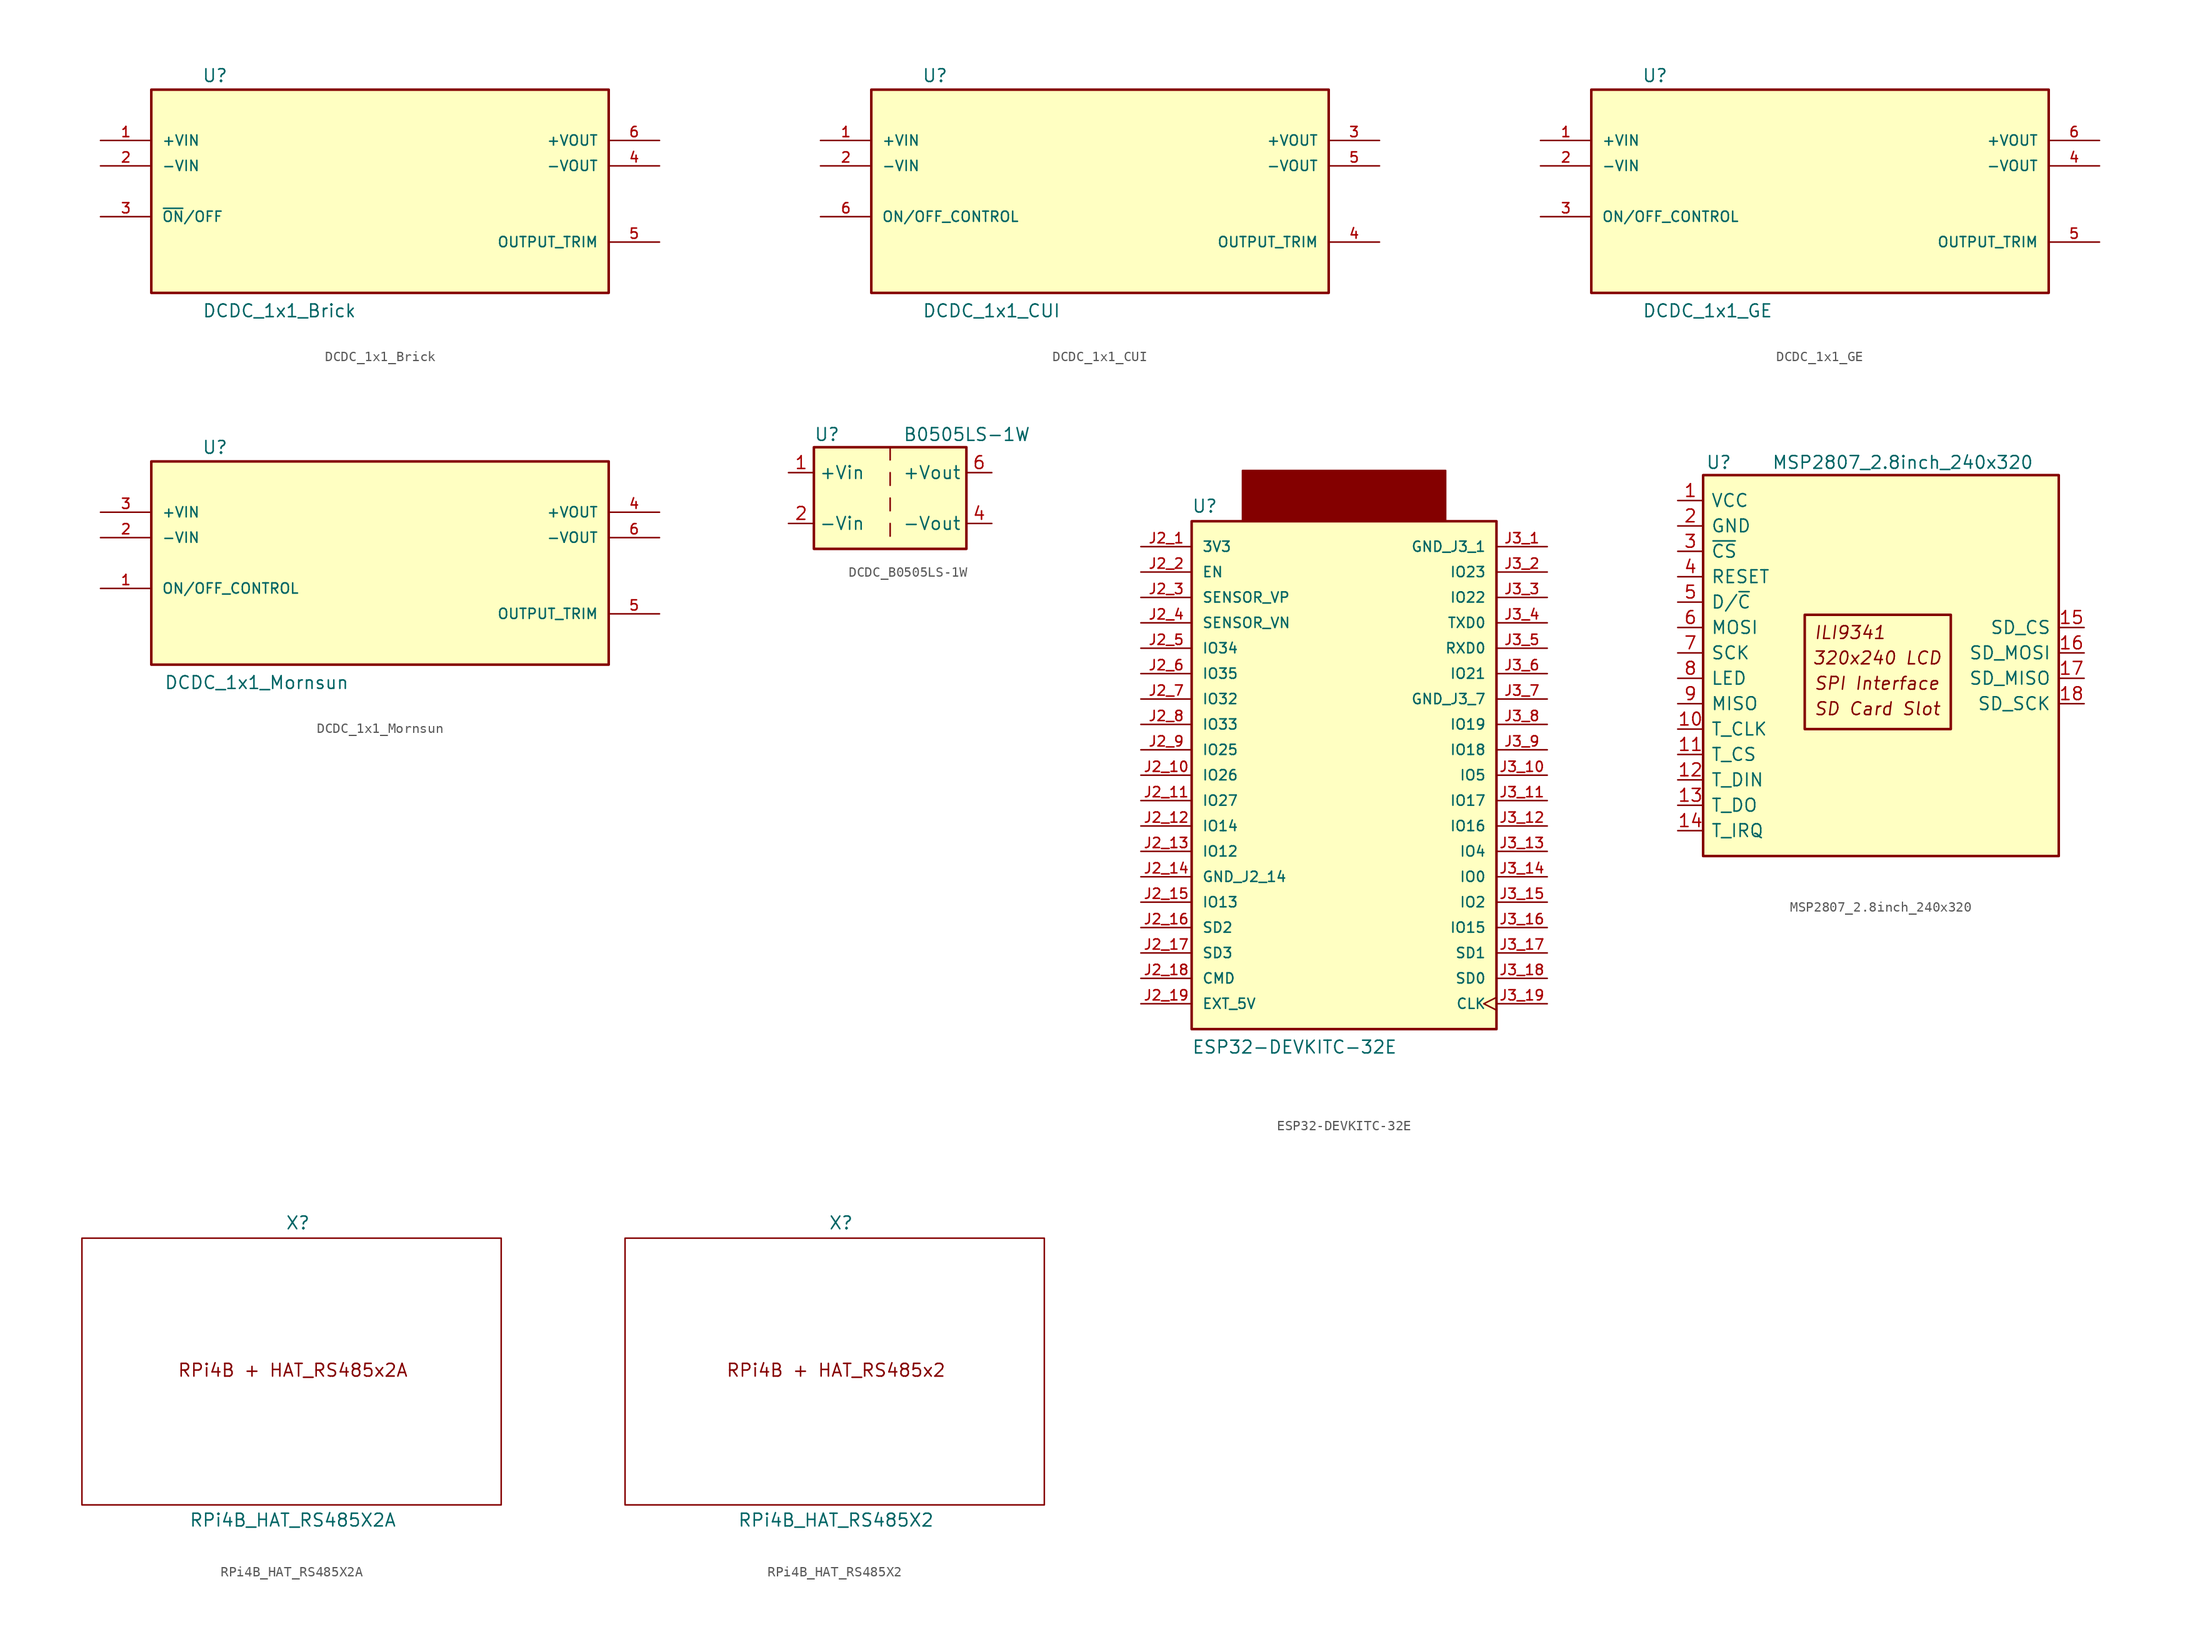
<source format=kicad_sym>
(kicad_symbol_lib
  (version 20241209)
  (generator "kicad_symbol_editor")
  (generator_version "9.0")
  (symbol "DCDC_1x1_Brick"
    (pin_names
      (offset 1.016))
    (property "Reference" "U"
      (at -17.805 10.82 0)
      (effects (font (size 1.27 1.27)) (justify left bottom)))
    (property "Value" "DCDC_1x1_Brick"
      (at -17.78 -12.7 0)
      (effects (font (size 1.27 1.27)) (justify left bottom)))
    (symbol "DCDC_1x1_Brick_0_0"
      (rectangle (start -22.86 -10.16) (end 22.86 10.16) (stroke (width 0.254) (type default)) (fill (type background)))
      (pin input line (at -27.94 5.08 0) (length 5.08) (name "+VIN" (effects (font (size 1.016 1.016)))) (number "1" (effects (font (size 1.016 1.016)))))
      (pin input line (at -27.94 2.54 0) (length 5.08) (name "-VIN" (effects (font (size 1.016 1.016)))) (number "2" (effects (font (size 1.016 1.016)))))
      (pin output line (at 27.94 5.08 180) (length 5.08) (name "+VOUT" (effects (font (size 1.016 1.016)))) (number "6" (effects (font (size 1.016 1.016)))))
      (pin output line (at 27.94 2.54 180) (length 5.08) (name "-VOUT" (effects (font (size 1.016 1.016)))) (number "4" (effects (font (size 1.016 1.016)))))
      (pin output line (at 27.94 -5.08 180) (length 5.08) (name "OUTPUT_TRIM" (effects (font (size 1.016 1.016)))) (number "5" (effects (font (size 1.016 1.016))))))
    (symbol "DCDC_1x1_Brick_1_0"
      (pin passive line (at -27.94 -2.54 0) (length 5.08) (name "~{ON}/OFF" (effects (font (size 1.016 1.016)))) (number "3" (effects (font (size 1.016 1.016)))))))
  (symbol "DCDC_1x1_CUI"
    (pin_names
      (offset 1.016))
    (property "Reference" "U"
      (at -17.805 10.82 0)
      (effects (font (size 1.27 1.27)) (justify left bottom)))
    (property "Value" "DCDC_1x1_CUI"
      (at -17.78 -12.7 0)
      (effects (font (size 1.27 1.27)) (justify left bottom)))
    (symbol "DCDC_1x1_CUI_0_0"
      (rectangle (start -22.86 -10.16) (end 22.86 10.16) (stroke (width 0.254) (type default)) (fill (type background)))
      (pin input line (at -27.94 5.08 0) (length 5.08) (name "+VIN" (effects (font (size 1.016 1.016)))) (number "1" (effects (font (size 1.016 1.016)))))
      (pin input line (at -27.94 2.54 0) (length 5.08) (name "-VIN" (effects (font (size 1.016 1.016)))) (number "2" (effects (font (size 1.016 1.016)))))
      (pin passive line (at -27.94 -2.54 0) (length 5.08) (name "ON/OFF_CONTROL" (effects (font (size 1.016 1.016)))) (number "6" (effects (font (size 1.016 1.016)))))
      (pin output line (at 27.94 5.08 180) (length 5.08) (name "+VOUT" (effects (font (size 1.016 1.016)))) (number "3" (effects (font (size 1.016 1.016)))))
      (pin output line (at 27.94 2.54 180) (length 5.08) (name "-VOUT" (effects (font (size 1.016 1.016)))) (number "5" (effects (font (size 1.016 1.016)))))
      (pin output line (at 27.94 -5.08 180) (length 5.08) (name "OUTPUT_TRIM" (effects (font (size 1.016 1.016)))) (number "4" (effects (font (size 1.016 1.016)))))))
  (symbol "DCDC_1x1_GE"
    (pin_names
      (offset 1.016))
    (property "Reference" "U"
      (at -17.805 10.82 0)
      (effects (font (size 1.27 1.27)) (justify left bottom)))
    (property "Value" "DCDC_1x1_GE"
      (at -17.78 -12.7 0)
      (effects (font (size 1.27 1.27)) (justify left bottom)))
    (symbol "DCDC_1x1_GE_0_0"
      (rectangle (start -22.86 -10.16) (end 22.86 10.16) (stroke (width 0.254) (type default)) (fill (type background)))
      (pin input line (at -27.94 5.08 0) (length 5.08) (name "+VIN" (effects (font (size 1.016 1.016)))) (number "1" (effects (font (size 1.016 1.016)))))
      (pin input line (at -27.94 2.54 0) (length 5.08) (name "-VIN" (effects (font (size 1.016 1.016)))) (number "2" (effects (font (size 1.016 1.016)))))
      (pin passive line (at -27.94 -2.54 0) (length 5.08) (name "ON/OFF_CONTROL" (effects (font (size 1.016 1.016)))) (number "3" (effects (font (size 1.016 1.016)))))
      (pin output line (at 27.94 5.08 180) (length 5.08) (name "+VOUT" (effects (font (size 1.016 1.016)))) (number "6" (effects (font (size 1.016 1.016)))))
      (pin output line (at 27.94 2.54 180) (length 5.08) (name "-VOUT" (effects (font (size 1.016 1.016)))) (number "4" (effects (font (size 1.016 1.016)))))
      (pin output line (at 27.94 -5.08 180) (length 5.08) (name "OUTPUT_TRIM" (effects (font (size 1.016 1.016)))) (number "5" (effects (font (size 1.016 1.016)))))))
  (symbol "DCDC_1x1_Mornsun"
    (pin_names
      (offset 1.016))
    (property "Reference" "U"
      (at -17.805 10.82 0)
      (effects (font (size 1.27 1.27)) (justify left bottom)))
    (property "Value" "DCDC_1x1_Mornsun"
      (at -21.59 -12.7 0)
      (effects (font (size 1.27 1.27)) (justify left bottom)))
    (symbol "DCDC_1x1_Mornsun_0_0"
      (rectangle (start -22.86 -10.16) (end 22.86 10.16) (stroke (width 0.254) (type default)) (fill (type background)))
      (pin passive line (at -27.94 5.08 0) (length 5.08) (name "+VIN" (effects (font (size 1.016 1.016)))) (number "3" (effects (font (size 1.016 1.016)))))
      (pin passive line (at -27.94 2.54 0) (length 5.08) (name "-VIN" (effects (font (size 1.016 1.016)))) (number "2" (effects (font (size 1.016 1.016)))))
      (pin passive line (at -27.94 -2.54 0) (length 5.08) (name "ON/OFF_CONTROL" (effects (font (size 1.016 1.016)))) (number "1" (effects (font (size 1.016 1.016)))))
      (pin passive line (at 27.94 5.08 180) (length 5.08) (name "+VOUT" (effects (font (size 1.016 1.016)))) (number "4" (effects (font (size 1.016 1.016)))))
      (pin passive line (at 27.94 2.54 180) (length 5.08) (name "-VOUT" (effects (font (size 1.016 1.016)))) (number "6" (effects (font (size 1.016 1.016)))))
      (pin output line (at 27.94 -5.08 180) (length 5.08) (name "OUTPUT_TRIM" (effects (font (size 1.016 1.016)))) (number "5" (effects (font (size 1.016 1.016)))))))
  (symbol "DCDC_B0505LS-1W"
    (property "Reference" "U"
      (at -7.62 6.35 0)
      (effects (font (size 1.27 1.27)) (justify left)))
    (property "Value" "B0505LS-1W"
      (at 1.27 6.35 0)
      (effects (font (size 1.27 1.27)) (justify left)))
    (symbol "DCDC_B0505LS-1W_0_0"
      (pin power_in line (at -10.16 2.54 0) (length 2.54) (name "+Vin" (effects (font (size 1.27 1.27)))) (number "1" (effects (font (size 1.27 1.27)))))
      (pin power_in line (at -10.16 -2.54 0) (length 2.54) (name "-Vin" (effects (font (size 1.27 1.27)))) (number "2" (effects (font (size 1.27 1.27)))))
      (pin power_out line (at 10.16 2.54 180) (length 2.54) (name "+Vout" (effects (font (size 1.27 1.27)))) (number "6" (effects (font (size 1.27 1.27)))))
      (pin power_out line (at 10.16 -2.54 180) (length 2.54) (name "-Vout" (effects (font (size 1.27 1.27)))) (number "4" (effects (font (size 1.27 1.27))))))
    (symbol "DCDC_B0505LS-1W_0_1"
      (rectangle (start -7.62 5.08) (end 7.62 -5.08) (stroke (width 0.254) (type default)) (fill (type background)))
      (polyline (pts (xy 0 5.08) (xy 0 3.81)) (stroke (width 0) (type default)) (fill (type none)))
      (polyline (pts (xy 0 2.54) (xy 0 1.27)) (stroke (width 0) (type default)) (fill (type none)))
      (polyline (pts (xy 0 0) (xy 0 -1.27)) (stroke (width 0) (type default)) (fill (type none)))
      (polyline (pts (xy 0 -2.54) (xy 0 -3.81)) (stroke (width 0) (type default)) (fill (type none)))))
  (symbol "ESP32-DEVKITC-32E"
    (pin_names
      (offset 1.016))
    (property "Reference" "U"
      (at -15.24 26.162 0)
      (effects (font (size 1.27 1.27)) (justify left bottom)))
    (property "Value" "ESP32-DEVKITC-32E"
      (at -15.24 -27.94 0)
      (effects (font (size 1.27 1.27)) (justify left bottom)))
    (symbol "ESP32-DEVKITC-32E_0_0"
      (rectangle (start -15.24 -25.4) (end 15.24 25.4) (stroke (width 0.254) (type default)) (fill (type background)))
      (pin power_in line (at -20.32 22.86 0) (length 5.08) (name "3V3" (effects (font (size 1.016 1.016)))) (number "J2_1" (effects (font (size 1.016 1.016)))))
      (pin input line (at -20.32 20.32 0) (length 5.08) (name "EN" (effects (font (size 1.016 1.016)))) (number "J2_2" (effects (font (size 1.016 1.016)))))
      (pin bidirectional line (at -20.32 17.78 0) (length 5.08) (name "SENSOR_VP" (effects (font (size 1.016 1.016)))) (number "J2_3" (effects (font (size 1.016 1.016)))))
      (pin bidirectional line (at -20.32 15.24 0) (length 5.08) (name "SENSOR_VN" (effects (font (size 1.016 1.016)))) (number "J2_4" (effects (font (size 1.016 1.016)))))
      (pin bidirectional line (at -20.32 12.7 0) (length 5.08) (name "IO34" (effects (font (size 1.016 1.016)))) (number "J2_5" (effects (font (size 1.016 1.016)))))
      (pin bidirectional line (at -20.32 10.16 0) (length 5.08) (name "IO35" (effects (font (size 1.016 1.016)))) (number "J2_6" (effects (font (size 1.016 1.016)))))
      (pin bidirectional line (at -20.32 7.62 0) (length 5.08) (name "IO32" (effects (font (size 1.016 1.016)))) (number "J2_7" (effects (font (size 1.016 1.016)))))
      (pin bidirectional line (at -20.32 5.08 0) (length 5.08) (name "IO33" (effects (font (size 1.016 1.016)))) (number "J2_8" (effects (font (size 1.016 1.016)))))
      (pin bidirectional line (at -20.32 2.54 0) (length 5.08) (name "IO25" (effects (font (size 1.016 1.016)))) (number "J2_9" (effects (font (size 1.016 1.016)))))
      (pin bidirectional line (at -20.32 0 0) (length 5.08) (name "IO26" (effects (font (size 1.016 1.016)))) (number "J2_10" (effects (font (size 1.016 1.016)))))
      (pin bidirectional line (at -20.32 -2.54 0) (length 5.08) (name "IO27" (effects (font (size 1.016 1.016)))) (number "J2_11" (effects (font (size 1.016 1.016)))))
      (pin bidirectional line (at -20.32 -5.08 0) (length 5.08) (name "IO14" (effects (font (size 1.016 1.016)))) (number "J2_12" (effects (font (size 1.016 1.016)))))
      (pin bidirectional line (at -20.32 -7.62 0) (length 5.08) (name "IO12" (effects (font (size 1.016 1.016)))) (number "J2_13" (effects (font (size 1.016 1.016)))))
      (pin power_in line (at -20.32 -10.16 0) (length 5.08) (name "GND_J2_14" (effects (font (size 1.016 1.016)))) (number "J2_14" (effects (font (size 1.016 1.016)))))
      (pin bidirectional line (at -20.32 -12.7 0) (length 5.08) (name "IO13" (effects (font (size 1.016 1.016)))) (number "J2_15" (effects (font (size 1.016 1.016)))))
      (pin bidirectional line (at -20.32 -15.24 0) (length 5.08) (name "SD2" (effects (font (size 1.016 1.016)))) (number "J2_16" (effects (font (size 1.016 1.016)))))
      (pin bidirectional line (at -20.32 -17.78 0) (length 5.08) (name "SD3" (effects (font (size 1.016 1.016)))) (number "J2_17" (effects (font (size 1.016 1.016)))))
      (pin bidirectional line (at -20.32 -20.32 0) (length 5.08) (name "CMD" (effects (font (size 1.016 1.016)))) (number "J2_18" (effects (font (size 1.016 1.016)))))
      (pin power_in line (at -20.32 -22.86 0) (length 5.08) (name "EXT_5V" (effects (font (size 1.016 1.016)))) (number "J2_19" (effects (font (size 1.016 1.016)))))
      (pin power_in line (at 20.32 22.86 180) (length 5.08) (name "GND_J3_1" (effects (font (size 1.016 1.016)))) (number "J3_1" (effects (font (size 1.016 1.016)))))
      (pin bidirectional line (at 20.32 20.32 180) (length 5.08) (name "IO23" (effects (font (size 1.016 1.016)))) (number "J3_2" (effects (font (size 1.016 1.016)))))
      (pin bidirectional line (at 20.32 17.78 180) (length 5.08) (name "IO22" (effects (font (size 1.016 1.016)))) (number "J3_3" (effects (font (size 1.016 1.016)))))
      (pin bidirectional line (at 20.32 15.24 180) (length 5.08) (name "TXD0" (effects (font (size 1.016 1.016)))) (number "J3_4" (effects (font (size 1.016 1.016)))))
      (pin bidirectional line (at 20.32 12.7 180) (length 5.08) (name "RXD0" (effects (font (size 1.016 1.016)))) (number "J3_5" (effects (font (size 1.016 1.016)))))
      (pin bidirectional line (at 20.32 10.16 180) (length 5.08) (name "IO21" (effects (font (size 1.016 1.016)))) (number "J3_6" (effects (font (size 1.016 1.016)))))
      (pin power_in line (at 20.32 7.62 180) (length 5.08) (name "GND_J3_7" (effects (font (size 1.016 1.016)))) (number "J3_7" (effects (font (size 1.016 1.016)))))
      (pin bidirectional line (at 20.32 5.08 180) (length 5.08) (name "IO19" (effects (font (size 1.016 1.016)))) (number "J3_8" (effects (font (size 1.016 1.016)))))
      (pin bidirectional line (at 20.32 2.54 180) (length 5.08) (name "IO18" (effects (font (size 1.016 1.016)))) (number "J3_9" (effects (font (size 1.016 1.016)))))
      (pin bidirectional line (at 20.32 0 180) (length 5.08) (name "IO5" (effects (font (size 1.016 1.016)))) (number "J3_10" (effects (font (size 1.016 1.016)))))
      (pin bidirectional line (at 20.32 -2.54 180) (length 5.08) (name "IO17" (effects (font (size 1.016 1.016)))) (number "J3_11" (effects (font (size 1.016 1.016)))))
      (pin bidirectional line (at 20.32 -5.08 180) (length 5.08) (name "IO16" (effects (font (size 1.016 1.016)))) (number "J3_12" (effects (font (size 1.016 1.016)))))
      (pin bidirectional line (at 20.32 -7.62 180) (length 5.08) (name "IO4" (effects (font (size 1.016 1.016)))) (number "J3_13" (effects (font (size 1.016 1.016)))))
      (pin bidirectional line (at 20.32 -10.16 180) (length 5.08) (name "IO0" (effects (font (size 1.016 1.016)))) (number "J3_14" (effects (font (size 1.016 1.016)))))
      (pin bidirectional line (at 20.32 -12.7 180) (length 5.08) (name "IO2" (effects (font (size 1.016 1.016)))) (number "J3_15" (effects (font (size 1.016 1.016)))))
      (pin bidirectional line (at 20.32 -15.24 180) (length 5.08) (name "IO15" (effects (font (size 1.016 1.016)))) (number "J3_16" (effects (font (size 1.016 1.016)))))
      (pin bidirectional line (at 20.32 -17.78 180) (length 5.08) (name "SD1" (effects (font (size 1.016 1.016)))) (number "J3_17" (effects (font (size 1.016 1.016)))))
      (pin bidirectional line (at 20.32 -20.32 180) (length 5.08) (name "SD0" (effects (font (size 1.016 1.016)))) (number "J3_18" (effects (font (size 1.016 1.016)))))
      (pin bidirectional clock (at 20.32 -22.86 180) (length 5.08) (name "CLK" (effects (font (size 1.016 1.016)))) (number "J3_19" (effects (font (size 1.016 1.016))))))
    (symbol "ESP32-DEVKITC-32E_1_1"
      (polyline (pts (xy -10.16 25.4) (xy -10.16 30.48) (xy 10.16 30.48) (xy 10.16 25.4)) (stroke (width 0) (type default)) (fill (type outline)))))
  (symbol "MSP2807_2.8inch_240x320"
    (pin_names
      (offset 0.762))
    (property "Reference" "U"
      (at -17.526 13.97 0)
      (effects (font (size 1.27 1.27)) (justify left)))
    (property "Value" "MSP2807_2.8inch_240x320"
      (at -10.922 13.97 0)
      (effects (font (size 1.27 1.27)) (justify left)))
    (symbol "MSP2807_2.8inch_240x320_0_0"
      (text "ILI9341" (at -6.731 -3.048 0) (effects (font (size 1.27 1.27) (italic yes)) (justify left)))
      (text "SPI Interface" (at -6.731 -8.128 0) (effects (font (size 1.27 1.27) (italic yes)) (justify left)))
      (text "SD Card Slot" (at -6.731 -10.668 0) (effects (font (size 1.27 1.27) (italic yes)) (justify left)))
      (text "320x240 LCD" (at -0.381 -5.588 0) (effects (font (size 1.27 1.27) (italic yes)))))
    (symbol "MSP2807_2.8inch_240x320_0_1"
      (rectangle (start -17.78 12.7) (end 17.78 -25.4) (stroke (width 0.254) (type default)) (fill (type background)))
      (rectangle (start -7.62 -1.27) (end 6.985 -12.7) (stroke (width 0.254) (type default)) (fill (type none))))
    (symbol "MSP2807_2.8inch_240x320_1_1"
      (pin power_in line (at -20.32 10.16 0) (length 2.54) (name "VCC" (effects (font (size 1.27 1.27)))) (number "1" (effects (font (size 1.27 1.27)))))
      (pin power_in line (at -20.32 7.62 0) (length 2.54) (name "GND" (effects (font (size 1.27 1.27)))) (number "2" (effects (font (size 1.27 1.27)))))
      (pin input line (at -20.32 5.08 0) (length 2.54) (name "~{CS}" (effects (font (size 1.27 1.27)))) (number "3" (effects (font (size 1.27 1.27)))))
      (pin input line (at -20.32 2.54 0) (length 2.54) (name "RESET" (effects (font (size 1.27 1.27)))) (number "4" (effects (font (size 1.27 1.27)))))
      (pin input line (at -20.32 0 0) (length 2.54) (name "D/~{C}" (effects (font (size 1.27 1.27)))) (number "5" (effects (font (size 1.27 1.27)))))
      (pin input line (at -20.32 -2.54 0) (length 2.54) (name "MOSI" (effects (font (size 1.27 1.27)))) (number "6" (effects (font (size 1.27 1.27)))))
      (pin input line (at -20.32 -5.08 0) (length 2.54) (name "SCK" (effects (font (size 1.27 1.27)))) (number "7" (effects (font (size 1.27 1.27)))))
      (pin input line (at -20.32 -7.62 0) (length 2.54) (name "LED" (effects (font (size 1.27 1.27)))) (number "8" (effects (font (size 1.27 1.27)))))
      (pin tri_state line (at -20.32 -10.16 0) (length 2.54) (name "MISO" (effects (font (size 1.27 1.27)))) (number "9" (effects (font (size 1.27 1.27)))))
      (pin input line (at -20.32 -12.7 0) (length 2.54) (name "T_CLK" (effects (font (size 1.27 1.27)))) (number "10" (effects (font (size 1.27 1.27)))))
      (pin input line (at -20.32 -15.24 0) (length 2.54) (name "T_CS" (effects (font (size 1.27 1.27)))) (number "11" (effects (font (size 1.27 1.27)))))
      (pin input line (at -20.32 -17.78 0) (length 2.54) (name "T_DIN" (effects (font (size 1.27 1.27)))) (number "12" (effects (font (size 1.27 1.27)))))
      (pin tri_state line (at -20.32 -20.32 0) (length 2.54) (name "T_DO" (effects (font (size 1.27 1.27)))) (number "13" (effects (font (size 1.27 1.27)))))
      (pin output line (at -20.32 -22.86 0) (length 2.54) (name "T_IRQ" (effects (font (size 1.27 1.27)))) (number "14" (effects (font (size 1.27 1.27)))))
      (pin input line (at 20.32 -2.54 180) (length 2.54) (name "SD_CS" (effects (font (size 1.27 1.27)))) (number "15" (effects (font (size 1.27 1.27)))))
      (pin input line (at 20.32 -5.08 180) (length 2.54) (name "SD_MOSI" (effects (font (size 1.27 1.27)))) (number "16" (effects (font (size 1.27 1.27)))))
      (pin tri_state line (at 20.32 -7.62 180) (length 2.54) (name "SD_MISO" (effects (font (size 1.27 1.27)))) (number "17" (effects (font (size 1.27 1.27)))))
      (pin input line (at 20.32 -10.16 180) (length 2.54) (name "SD_SCK" (effects (font (size 1.27 1.27)))) (number "18" (effects (font (size 1.27 1.27)))))))
  (symbol "RPi4B_HAT_RS485X2A"
    (property "Reference" "X"
      (at 0 14.732 0)
      (effects (font (size 1.27 1.27))))
    (property "Value" "RPi4B_HAT_RS485X2A"
      (at -0.508 -14.986 0)
      (effects (font (size 1.27 1.27))))
    (symbol "RPi4B_HAT_RS485X2A_0_1"
      (rectangle (start -21.59 13.208) (end 20.32 -13.462) (stroke (width 0) (type default)) (fill (type none))))
    (symbol "RPi4B_HAT_RS485X2A_1_1"
      (text "RPi4B + HAT_RS485x2A" (at -0.508 0 0) (effects (font (size 1.27 1.27))))))
  (symbol "RPi4B_HAT_RS485X2"
    (property "Reference" "X"
      (at 0 14.732 0)
      (effects (font (size 1.27 1.27))))
    (property "Value" "RPi4B_HAT_RS485X2"
      (at -0.508 -14.986 0)
      (effects (font (size 1.27 1.27))))
    (symbol "RPi4B_HAT_RS485X2_0_1"
      (rectangle (start -21.59 13.208) (end 20.32 -13.462) (stroke (width 0) (type default)) (fill (type none))))
    (symbol "RPi4B_HAT_RS485X2_1_1"
      (text "RPi4B + HAT_RS485x2" (at -0.508 0 0) (effects (font (size 1.27 1.27)))))))
</source>
